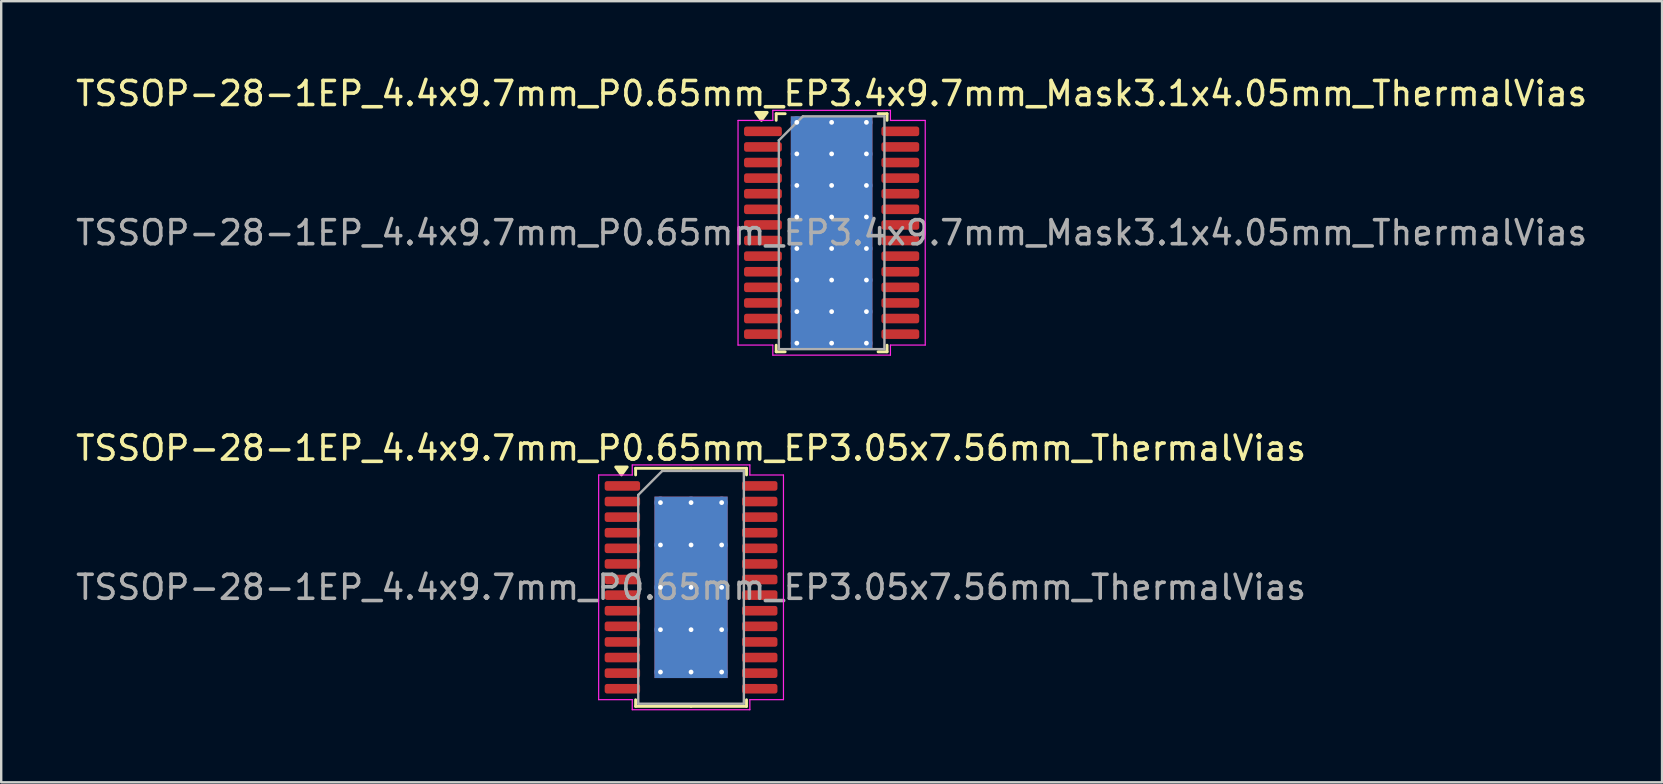
<source format=kicad_pcb>
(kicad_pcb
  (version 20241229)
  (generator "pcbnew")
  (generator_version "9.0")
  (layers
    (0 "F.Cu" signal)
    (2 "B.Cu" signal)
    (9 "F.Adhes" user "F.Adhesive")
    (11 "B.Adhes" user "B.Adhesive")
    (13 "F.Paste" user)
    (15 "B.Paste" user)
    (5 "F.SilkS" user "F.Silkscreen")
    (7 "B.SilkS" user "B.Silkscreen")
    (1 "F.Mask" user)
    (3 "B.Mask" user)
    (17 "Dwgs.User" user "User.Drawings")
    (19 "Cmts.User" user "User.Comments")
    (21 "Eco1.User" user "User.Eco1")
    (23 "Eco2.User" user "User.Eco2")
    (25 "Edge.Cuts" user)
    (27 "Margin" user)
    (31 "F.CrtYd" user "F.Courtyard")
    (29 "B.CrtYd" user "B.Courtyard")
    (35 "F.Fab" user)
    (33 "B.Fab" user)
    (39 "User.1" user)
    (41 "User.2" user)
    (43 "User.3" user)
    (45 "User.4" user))
  (footprint "TSSOP-28-1EP_4.4x9.7mm_P0.65mm_EP3.4x9.7mm_Mask3.1x4.05mm_ThermalVias"
    (layer "F.Cu")
    (at 31.601 6.648)
    (property "Reference" "TSSOP-28-1EP_4.4x9.7mm_P0.65mm_EP3.4x9.7mm_Mask3.1x4.05mm_ThermalVias" (at 0 -5.8 0) (layer "F.SilkS") (effects (font (size 1 1) (thickness 0.15))))
    (attr smd)
    (fp_line (start -2.31 -4.96) (end -2.31 -4.685) (stroke (width 0.12) (type solid)) (layer "F.SilkS"))
    (fp_line (start -2.31 4.96) (end -2.31 4.685) (stroke (width 0.12) (type solid)) (layer "F.SilkS"))
    (fp_line (start -1.936 -4.96) (end -2.31 -4.96) (stroke (width 0.12) (type solid)) (layer "F.SilkS"))
    (fp_line (start -1.936 4.96) (end -2.31 4.96) (stroke (width 0.12) (type solid)) (layer "F.SilkS"))
    (fp_line (start 1.936 -4.96) (end 2.31 -4.96) (stroke (width 0.12) (type solid)) (layer "F.SilkS"))
    (fp_line (start 1.936 4.96) (end 2.31 4.96) (stroke (width 0.12) (type solid)) (layer "F.SilkS"))
    (fp_line (start 2.31 -4.96) (end 2.31 -4.685) (stroke (width 0.12) (type solid)) (layer "F.SilkS"))
    (fp_line (start 2.31 4.96) (end 2.31 4.685) (stroke (width 0.12) (type solid)) (layer "F.SilkS"))
    (fp_poly (pts (xy -2.925 -4.685) (xy -3.165 -5.015) (xy -2.685 -5.015)) (stroke (width 0.12) (type solid)) (fill yes) (layer "F.SilkS"))
    (fp_line (start -3.9 -4.68) (end -2.45 -4.68) (stroke (width 0.05) (type solid)) (layer "F.CrtYd"))
    (fp_line (start -3.9 4.68) (end -3.9 -4.68) (stroke (width 0.05) (type solid)) (layer "F.CrtYd"))
    (fp_line (start -2.45 -5.1) (end 2.45 -5.1) (stroke (width 0.05) (type solid)) (layer "F.CrtYd"))
    (fp_line (start -2.45 -4.68) (end -2.45 -5.1) (stroke (width 0.05) (type solid)) (layer "F.CrtYd"))
    (fp_line (start -2.45 4.68) (end -3.9 4.68) (stroke (width 0.05) (type solid)) (layer "F.CrtYd"))
    (fp_line (start -2.45 5.1) (end -2.45 4.68) (stroke (width 0.05) (type solid)) (layer "F.CrtYd"))
    (fp_line (start 2.45 -5.1) (end 2.45 -4.68) (stroke (width 0.05) (type solid)) (layer "F.CrtYd"))
    (fp_line (start 2.45 -4.68) (end 3.9 -4.68) (stroke (width 0.05) (type solid)) (layer "F.CrtYd"))
    (fp_line (start 2.45 4.68) (end 2.45 5.1) (stroke (width 0.05) (type solid)) (layer "F.CrtYd"))
    (fp_line (start 2.45 5.1) (end -2.45 5.1) (stroke (width 0.05) (type solid)) (layer "F.CrtYd"))
    (fp_line (start 3.9 -4.68) (end 3.9 4.68) (stroke (width 0.05) (type solid)) (layer "F.CrtYd"))
    (fp_line (start 3.9 4.68) (end 2.45 4.68) (stroke (width 0.05) (type solid)) (layer "F.CrtYd"))
    (fp_line (start -2.2 -3.85) (end -1.2 -4.85) (stroke (width 0.1) (type solid)) (layer "F.Fab"))
    (fp_line (start -2.2 4.85) (end -2.2 -3.85) (stroke (width 0.1) (type solid)) (layer "F.Fab"))
    (fp_line (start -1.2 -4.85) (end 2.2 -4.85) (stroke (width 0.1) (type solid)) (layer "F.Fab"))
    (fp_line (start 2.2 -4.85) (end 2.2 4.85) (stroke (width 0.1) (type solid)) (layer "F.Fab"))
    (fp_line (start 2.2 4.85) (end -2.2 4.85) (stroke (width 0.1) (type solid)) (layer "F.Fab"))
    (fp_text user "${REFERENCE}" (at 0 0 0) (layer "F.Fab") (effects (font (size 1 1) (thickness 0.15))))
    (pad "" smd roundrect (at -0.775 -1.01) (size 1.25 1.63) (layers "F.Paste") (roundrect_rratio 0.2))
    (pad "" smd roundrect (at -0.775 1.01) (size 1.25 1.63) (layers "F.Paste") (roundrect_rratio 0.2))
    (pad "" smd rect (at 0 0) (size 3.1 4.05) (layers "F.Mask"))
    (pad "" smd roundrect (at 0.775 -1.01) (size 1.25 1.63) (layers "F.Paste") (roundrect_rratio 0.2))
    (pad "" smd roundrect (at 0.775 1.01) (size 1.25 1.63) (layers "F.Paste") (roundrect_rratio 0.2))
    (pad "1" smd roundrect (at -2.862 -4.225) (size 1.575 0.4) (layers "F.Cu" "F.Mask" "F.Paste") (roundrect_rratio 0.25))
    (pad "2" smd roundrect (at -2.862 -3.575) (size 1.575 0.4) (layers "F.Cu" "F.Mask" "F.Paste") (roundrect_rratio 0.25))
    (pad "3" smd roundrect (at -2.862 -2.925) (size 1.575 0.4) (layers "F.Cu" "F.Mask" "F.Paste") (roundrect_rratio 0.25))
    (pad "4" smd roundrect (at -2.862 -2.275) (size 1.575 0.4) (layers "F.Cu" "F.Mask" "F.Paste") (roundrect_rratio 0.25))
    (pad "5" smd roundrect (at -2.862 -1.625) (size 1.575 0.4) (layers "F.Cu" "F.Mask" "F.Paste") (roundrect_rratio 0.25))
    (pad "6" smd roundrect (at -2.862 -0.975) (size 1.575 0.4) (layers "F.Cu" "F.Mask" "F.Paste") (roundrect_rratio 0.25))
    (pad "7" smd roundrect (at -2.862 -0.325) (size 1.575 0.4) (layers "F.Cu" "F.Mask" "F.Paste") (roundrect_rratio 0.25))
    (pad "8" smd roundrect (at -2.862 0.325) (size 1.575 0.4) (layers "F.Cu" "F.Mask" "F.Paste") (roundrect_rratio 0.25))
    (pad "9" smd roundrect (at -2.862 0.975) (size 1.575 0.4) (layers "F.Cu" "F.Mask" "F.Paste") (roundrect_rratio 0.25))
    (pad "10" smd roundrect (at -2.862 1.625) (size 1.575 0.4) (layers "F.Cu" "F.Mask" "F.Paste") (roundrect_rratio 0.25))
    (pad "11" smd roundrect (at -2.862 2.275) (size 1.575 0.4) (layers "F.Cu" "F.Mask" "F.Paste") (roundrect_rratio 0.25))
    (pad "12" smd roundrect (at -2.862 2.925) (size 1.575 0.4) (layers "F.Cu" "F.Mask" "F.Paste") (roundrect_rratio 0.25))
    (pad "13" smd roundrect (at -2.862 3.575) (size 1.575 0.4) (layers "F.Cu" "F.Mask" "F.Paste") (roundrect_rratio 0.25))
    (pad "14" smd roundrect (at -2.862 4.225) (size 1.575 0.4) (layers "F.Cu" "F.Mask" "F.Paste") (roundrect_rratio 0.25))
    (pad "15" smd roundrect (at 2.862 4.225) (size 1.575 0.4) (layers "F.Cu" "F.Mask" "F.Paste") (roundrect_rratio 0.25))
    (pad "16" smd roundrect (at 2.862 3.575) (size 1.575 0.4) (layers "F.Cu" "F.Mask" "F.Paste") (roundrect_rratio 0.25))
    (pad "17" smd roundrect (at 2.862 2.925) (size 1.575 0.4) (layers "F.Cu" "F.Mask" "F.Paste") (roundrect_rratio 0.25))
    (pad "18" smd roundrect (at 2.862 2.275) (size 1.575 0.4) (layers "F.Cu" "F.Mask" "F.Paste") (roundrect_rratio 0.25))
    (pad "19" smd roundrect (at 2.862 1.625) (size 1.575 0.4) (layers "F.Cu" "F.Mask" "F.Paste") (roundrect_rratio 0.25))
    (pad "20" smd roundrect (at 2.862 0.975) (size 1.575 0.4) (layers "F.Cu" "F.Mask" "F.Paste") (roundrect_rratio 0.25))
    (pad "21" smd roundrect (at 2.862 0.325) (size 1.575 0.4) (layers "F.Cu" "F.Mask" "F.Paste") (roundrect_rratio 0.25))
    (pad "22" smd roundrect (at 2.862 -0.325) (size 1.575 0.4) (layers "F.Cu" "F.Mask" "F.Paste") (roundrect_rratio 0.25))
    (pad "23" smd roundrect (at 2.862 -0.975) (size 1.575 0.4) (layers "F.Cu" "F.Mask" "F.Paste") (roundrect_rratio 0.25))
    (pad "24" smd roundrect (at 2.862 -1.625) (size 1.575 0.4) (layers "F.Cu" "F.Mask" "F.Paste") (roundrect_rratio 0.25))
    (pad "25" smd roundrect (at 2.862 -2.275) (size 1.575 0.4) (layers "F.Cu" "F.Mask" "F.Paste") (roundrect_rratio 0.25))
    (pad "26" smd roundrect (at 2.862 -2.925) (size 1.575 0.4) (layers "F.Cu" "F.Mask" "F.Paste") (roundrect_rratio 0.25))
    (pad "27" smd roundrect (at 2.862 -3.575) (size 1.575 0.4) (layers "F.Cu" "F.Mask" "F.Paste") (roundrect_rratio 0.25))
    (pad "28" smd roundrect (at 2.862 -4.225) (size 1.575 0.4) (layers "F.Cu" "F.Mask" "F.Paste") (roundrect_rratio 0.25))
    (pad "29" thru_hole circle (at -1.45 -4.6) (size 0.5 0.5) (drill 0.2) (property pad_prop_heatsink) (layers "*.Cu"))
    (pad "29" thru_hole circle (at -1.45 -3.286) (size 0.5 0.5) (drill 0.2) (property pad_prop_heatsink) (layers "*.Cu"))
    (pad "29" thru_hole circle (at -1.45 -1.971) (size 0.5 0.5) (drill 0.2) (property pad_prop_heatsink) (layers "*.Cu"))
    (pad "29" thru_hole circle (at -1.45 -0.657) (size 0.5 0.5) (drill 0.2) (property pad_prop_heatsink) (layers "*.Cu"))
    (pad "29" thru_hole circle (at -1.45 0.657) (size 0.5 0.5) (drill 0.2) (property pad_prop_heatsink) (layers "*.Cu"))
    (pad "29" thru_hole circle (at -1.45 1.971) (size 0.5 0.5) (drill 0.2) (property pad_prop_heatsink) (layers "*.Cu"))
    (pad "29" thru_hole circle (at -1.45 3.286) (size 0.5 0.5) (drill 0.2) (property pad_prop_heatsink) (layers "*.Cu"))
    (pad "29" thru_hole circle (at -1.45 4.6) (size 0.5 0.5) (drill 0.2) (property pad_prop_heatsink) (layers "*.Cu"))
    (pad "29" thru_hole circle (at 0 -4.6) (size 0.5 0.5) (drill 0.2) (property pad_prop_heatsink) (layers "*.Cu"))
    (pad "29" thru_hole circle (at 0 -3.286) (size 0.5 0.5) (drill 0.2) (property pad_prop_heatsink) (layers "*.Cu"))
    (pad "29" thru_hole circle (at 0 -1.971) (size 0.5 0.5) (drill 0.2) (property pad_prop_heatsink) (layers "*.Cu"))
    (pad "29" thru_hole circle (at 0 -0.657) (size 0.5 0.5) (drill 0.2) (property pad_prop_heatsink) (layers "*.Cu"))
    (pad "29" smd rect (at 0 0) (size 3.4 9.7) (property pad_prop_heatsink) (layers "F.Cu"))
    (pad "29" smd rect (at 0 0) (size 3.4 9.7) (property pad_prop_heatsink) (layers "B.Cu"))
    (pad "29" thru_hole circle (at 0 0.657) (size 0.5 0.5) (drill 0.2) (property pad_prop_heatsink) (layers "*.Cu"))
    (pad "29" thru_hole circle (at 0 1.971) (size 0.5 0.5) (drill 0.2) (property pad_prop_heatsink) (layers "*.Cu"))
    (pad "29" thru_hole circle (at 0 3.286) (size 0.5 0.5) (drill 0.2) (property pad_prop_heatsink) (layers "*.Cu"))
    (pad "29" thru_hole circle (at 0 4.6) (size 0.5 0.5) (drill 0.2) (property pad_prop_heatsink) (layers "*.Cu"))
    (pad "29" thru_hole circle (at 1.45 -4.6) (size 0.5 0.5) (drill 0.2) (property pad_prop_heatsink) (layers "*.Cu"))
    (pad "29" thru_hole circle (at 1.45 -3.286) (size 0.5 0.5) (drill 0.2) (property pad_prop_heatsink) (layers "*.Cu"))
    (pad "29" thru_hole circle (at 1.45 -1.971) (size 0.5 0.5) (drill 0.2) (property pad_prop_heatsink) (layers "*.Cu"))
    (pad "29" thru_hole circle (at 1.45 -0.657) (size 0.5 0.5) (drill 0.2) (property pad_prop_heatsink) (layers "*.Cu"))
    (pad "29" thru_hole circle (at 1.45 0.657) (size 0.5 0.5) (drill 0.2) (property pad_prop_heatsink) (layers "*.Cu"))
    (pad "29" thru_hole circle (at 1.45 1.971) (size 0.5 0.5) (drill 0.2) (property pad_prop_heatsink) (layers "*.Cu"))
    (pad "29" thru_hole circle (at 1.45 3.286) (size 0.5 0.5) (drill 0.2) (property pad_prop_heatsink) (layers "*.Cu"))
    (pad "29" thru_hole circle (at 1.45 4.6) (size 0.5 0.5) (drill 0.2) (property pad_prop_heatsink) (layers "*.Cu")))
  (footprint "TSSOP-28-1EP_4.4x9.7mm_P0.65mm_EP3.05x7.56mm_ThermalVias"
    (layer "F.Cu")
    (at 25.744 21.422)
    (property "Reference" "TSSOP-28-1EP_4.4x9.7mm_P0.65mm_EP3.05x7.56mm_ThermalVias" (at 0 -5.8 0) (layer "F.SilkS") (effects (font (size 1 1) (thickness 0.15))))
    (attr smd)
    (fp_line (start -2.31 -4.96) (end -2.31 -4.685) (stroke (width 0.12) (type solid)) (layer "F.SilkS"))
    (fp_line (start -2.31 4.96) (end -2.31 4.685) (stroke (width 0.12) (type solid)) (layer "F.SilkS"))
    (fp_line (start 0 -4.96) (end -2.31 -4.96) (stroke (width 0.12) (type solid)) (layer "F.SilkS"))
    (fp_line (start 0 -4.96) (end 2.31 -4.96) (stroke (width 0.12) (type solid)) (layer "F.SilkS"))
    (fp_line (start 0 4.96) (end -2.31 4.96) (stroke (width 0.12) (type solid)) (layer "F.SilkS"))
    (fp_line (start 0 4.96) (end 2.31 4.96) (stroke (width 0.12) (type solid)) (layer "F.SilkS"))
    (fp_line (start 2.31 -4.96) (end 2.31 -4.685) (stroke (width 0.12) (type solid)) (layer "F.SilkS"))
    (fp_line (start 2.31 4.96) (end 2.31 4.685) (stroke (width 0.12) (type solid)) (layer "F.SilkS"))
    (fp_poly (pts (xy -2.9 -4.685) (xy -3.14 -5.015) (xy -2.66 -5.015)) (stroke (width 0.12) (type solid)) (fill yes) (layer "F.SilkS"))
    (fp_line (start -3.85 -4.68) (end -2.45 -4.68) (stroke (width 0.05) (type solid)) (layer "F.CrtYd"))
    (fp_line (start -3.85 4.68) (end -3.85 -4.68) (stroke (width 0.05) (type solid)) (layer "F.CrtYd"))
    (fp_line (start -2.45 -5.1) (end 2.45 -5.1) (stroke (width 0.05) (type solid)) (layer "F.CrtYd"))
    (fp_line (start -2.45 -4.68) (end -2.45 -5.1) (stroke (width 0.05) (type solid)) (layer "F.CrtYd"))
    (fp_line (start -2.45 4.68) (end -3.85 4.68) (stroke (width 0.05) (type solid)) (layer "F.CrtYd"))
    (fp_line (start -2.45 5.1) (end -2.45 4.68) (stroke (width 0.05) (type solid)) (layer "F.CrtYd"))
    (fp_line (start 2.45 -5.1) (end 2.45 -4.68) (stroke (width 0.05) (type solid)) (layer "F.CrtYd"))
    (fp_line (start 2.45 -4.68) (end 3.85 -4.68) (stroke (width 0.05) (type solid)) (layer "F.CrtYd"))
    (fp_line (start 2.45 4.68) (end 2.45 5.1) (stroke (width 0.05) (type solid)) (layer "F.CrtYd"))
    (fp_line (start 2.45 5.1) (end -2.45 5.1) (stroke (width 0.05) (type solid)) (layer "F.CrtYd"))
    (fp_line (start 3.85 -4.68) (end 3.85 4.68) (stroke (width 0.05) (type solid)) (layer "F.CrtYd"))
    (fp_line (start 3.85 4.68) (end 2.45 4.68) (stroke (width 0.05) (type solid)) (layer "F.CrtYd"))
    (fp_line (start -2.2 -3.85) (end -1.2 -4.85) (stroke (width 0.1) (type solid)) (layer "F.Fab"))
    (fp_line (start -2.2 4.85) (end -2.2 -3.85) (stroke (width 0.1) (type solid)) (layer "F.Fab"))
    (fp_line (start -1.2 -4.85) (end 2.2 -4.85) (stroke (width 0.1) (type solid)) (layer "F.Fab"))
    (fp_line (start 2.2 -4.85) (end 2.2 4.85) (stroke (width 0.1) (type solid)) (layer "F.Fab"))
    (fp_line (start 2.2 4.85) (end -2.2 4.85) (stroke (width 0.1) (type solid)) (layer "F.Fab"))
    (fp_text user "${REFERENCE}" (at 0 0 0) (layer "F.Fab") (effects (font (size 1 1) (thickness 0.15))))
    (pad "" smd roundrect (at -0.76 -2.835) (size 1.23 1.52) (layers "F.Paste") (roundrect_rratio 0.203))
    (pad "" smd roundrect (at -0.76 -0.945) (size 1.23 1.52) (layers "F.Paste") (roundrect_rratio 0.203))
    (pad "" smd roundrect (at -0.76 0.945) (size 1.23 1.52) (layers "F.Paste") (roundrect_rratio 0.203))
    (pad "" smd roundrect (at -0.76 2.835) (size 1.23 1.52) (layers "F.Paste") (roundrect_rratio 0.203))
    (pad "" smd roundrect (at 0.76 -2.835) (size 1.23 1.52) (layers "F.Paste") (roundrect_rratio 0.203))
    (pad "" smd roundrect (at 0.76 -0.945) (size 1.23 1.52) (layers "F.Paste") (roundrect_rratio 0.203))
    (pad "" smd roundrect (at 0.76 0.945) (size 1.23 1.52) (layers "F.Paste") (roundrect_rratio 0.203))
    (pad "" smd roundrect (at 0.76 2.835) (size 1.23 1.52) (layers "F.Paste") (roundrect_rratio 0.203))
    (pad "1" smd roundrect (at -2.862 -4.225) (size 1.475 0.4) (layers "F.Cu" "F.Mask" "F.Paste") (roundrect_rratio 0.25))
    (pad "2" smd roundrect (at -2.862 -3.575) (size 1.475 0.4) (layers "F.Cu" "F.Mask" "F.Paste") (roundrect_rratio 0.25))
    (pad "3" smd roundrect (at -2.862 -2.925) (size 1.475 0.4) (layers "F.Cu" "F.Mask" "F.Paste") (roundrect_rratio 0.25))
    (pad "4" smd roundrect (at -2.862 -2.275) (size 1.475 0.4) (layers "F.Cu" "F.Mask" "F.Paste") (roundrect_rratio 0.25))
    (pad "5" smd roundrect (at -2.862 -1.625) (size 1.475 0.4) (layers "F.Cu" "F.Mask" "F.Paste") (roundrect_rratio 0.25))
    (pad "6" smd roundrect (at -2.862 -0.975) (size 1.475 0.4) (layers "F.Cu" "F.Mask" "F.Paste") (roundrect_rratio 0.25))
    (pad "7" smd roundrect (at -2.862 -0.325) (size 1.475 0.4) (layers "F.Cu" "F.Mask" "F.Paste") (roundrect_rratio 0.25))
    (pad "8" smd roundrect (at -2.862 0.325) (size 1.475 0.4) (layers "F.Cu" "F.Mask" "F.Paste") (roundrect_rratio 0.25))
    (pad "9" smd roundrect (at -2.862 0.975) (size 1.475 0.4) (layers "F.Cu" "F.Mask" "F.Paste") (roundrect_rratio 0.25))
    (pad "10" smd roundrect (at -2.862 1.625) (size 1.475 0.4) (layers "F.Cu" "F.Mask" "F.Paste") (roundrect_rratio 0.25))
    (pad "11" smd roundrect (at -2.862 2.275) (size 1.475 0.4) (layers "F.Cu" "F.Mask" "F.Paste") (roundrect_rratio 0.25))
    (pad "12" smd roundrect (at -2.862 2.925) (size 1.475 0.4) (layers "F.Cu" "F.Mask" "F.Paste") (roundrect_rratio 0.25))
    (pad "13" smd roundrect (at -2.862 3.575) (size 1.475 0.4) (layers "F.Cu" "F.Mask" "F.Paste") (roundrect_rratio 0.25))
    (pad "14" smd roundrect (at -2.862 4.225) (size 1.475 0.4) (layers "F.Cu" "F.Mask" "F.Paste") (roundrect_rratio 0.25))
    (pad "15" smd roundrect (at 2.862 4.225) (size 1.475 0.4) (layers "F.Cu" "F.Mask" "F.Paste") (roundrect_rratio 0.25))
    (pad "16" smd roundrect (at 2.862 3.575) (size 1.475 0.4) (layers "F.Cu" "F.Mask" "F.Paste") (roundrect_rratio 0.25))
    (pad "17" smd roundrect (at 2.862 2.925) (size 1.475 0.4) (layers "F.Cu" "F.Mask" "F.Paste") (roundrect_rratio 0.25))
    (pad "18" smd roundrect (at 2.862 2.275) (size 1.475 0.4) (layers "F.Cu" "F.Mask" "F.Paste") (roundrect_rratio 0.25))
    (pad "19" smd roundrect (at 2.862 1.625) (size 1.475 0.4) (layers "F.Cu" "F.Mask" "F.Paste") (roundrect_rratio 0.25))
    (pad "20" smd roundrect (at 2.862 0.975) (size 1.475 0.4) (layers "F.Cu" "F.Mask" "F.Paste") (roundrect_rratio 0.25))
    (pad "21" smd roundrect (at 2.862 0.325) (size 1.475 0.4) (layers "F.Cu" "F.Mask" "F.Paste") (roundrect_rratio 0.25))
    (pad "22" smd roundrect (at 2.862 -0.325) (size 1.475 0.4) (layers "F.Cu" "F.Mask" "F.Paste") (roundrect_rratio 0.25))
    (pad "23" smd roundrect (at 2.862 -0.975) (size 1.475 0.4) (layers "F.Cu" "F.Mask" "F.Paste") (roundrect_rratio 0.25))
    (pad "24" smd roundrect (at 2.862 -1.625) (size 1.475 0.4) (layers "F.Cu" "F.Mask" "F.Paste") (roundrect_rratio 0.25))
    (pad "25" smd roundrect (at 2.862 -2.275) (size 1.475 0.4) (layers "F.Cu" "F.Mask" "F.Paste") (roundrect_rratio 0.25))
    (pad "26" smd roundrect (at 2.862 -2.925) (size 1.475 0.4) (layers "F.Cu" "F.Mask" "F.Paste") (roundrect_rratio 0.25))
    (pad "27" smd roundrect (at 2.862 -3.575) (size 1.475 0.4) (layers "F.Cu" "F.Mask" "F.Paste") (roundrect_rratio 0.25))
    (pad "28" smd roundrect (at 2.862 -4.225) (size 1.475 0.4) (layers "F.Cu" "F.Mask" "F.Paste") (roundrect_rratio 0.25))
    (pad "29" thru_hole circle (at -1.275 -3.53) (size 0.5 0.5) (drill 0.2) (property pad_prop_heatsink) (layers "*.Cu"))
    (pad "29" thru_hole circle (at -1.275 -1.765) (size 0.5 0.5) (drill 0.2) (property pad_prop_heatsink) (layers "*.Cu"))
    (pad "29" thru_hole circle (at -1.275 0) (size 0.5 0.5) (drill 0.2) (property pad_prop_heatsink) (layers "*.Cu"))
    (pad "29" thru_hole circle (at -1.275 1.765) (size 0.5 0.5) (drill 0.2) (property pad_prop_heatsink) (layers "*.Cu"))
    (pad "29" thru_hole circle (at -1.275 3.53) (size 0.5 0.5) (drill 0.2) (property pad_prop_heatsink) (layers "*.Cu"))
    (pad "29" thru_hole circle (at 0 -3.53) (size 0.5 0.5) (drill 0.2) (property pad_prop_heatsink) (layers "*.Cu"))
    (pad "29" thru_hole circle (at 0 -1.765) (size 0.5 0.5) (drill 0.2) (property pad_prop_heatsink) (layers "*.Cu"))
    (pad "29" thru_hole circle (at 0 0) (size 0.5 0.5) (drill 0.2) (property pad_prop_heatsink) (layers "*.Cu"))
    (pad "29" smd rect (at 0 0) (size 3.05 7.56) (property pad_prop_heatsink) (layers "F.Cu" "F.Mask"))
    (pad "29" smd rect (at 0 0) (size 3.05 7.56) (property pad_prop_heatsink) (layers "B.Cu"))
    (pad "29" thru_hole circle (at 0 1.765) (size 0.5 0.5) (drill 0.2) (property pad_prop_heatsink) (layers "*.Cu"))
    (pad "29" thru_hole circle (at 0 3.53) (size 0.5 0.5) (drill 0.2) (property pad_prop_heatsink) (layers "*.Cu"))
    (pad "29" thru_hole circle (at 1.275 -3.53) (size 0.5 0.5) (drill 0.2) (property pad_prop_heatsink) (layers "*.Cu"))
    (pad "29" thru_hole circle (at 1.275 -1.765) (size 0.5 0.5) (drill 0.2) (property pad_prop_heatsink) (layers "*.Cu"))
    (pad "29" thru_hole circle (at 1.275 0) (size 0.5 0.5) (drill 0.2) (property pad_prop_heatsink) (layers "*.Cu"))
    (pad "29" thru_hole circle (at 1.275 1.765) (size 0.5 0.5) (drill 0.2) (property pad_prop_heatsink) (layers "*.Cu"))
    (pad "29" thru_hole circle (at 1.275 3.53) (size 0.5 0.5) (drill 0.2) (property pad_prop_heatsink) (layers "*.Cu")))
  (gr_rect
    (start -3 -3)
    (end 66.202 29.547)
    (stroke (width 0.1) (type default))
    (fill no)
    (layer "Edge.Cuts")))
</source>
